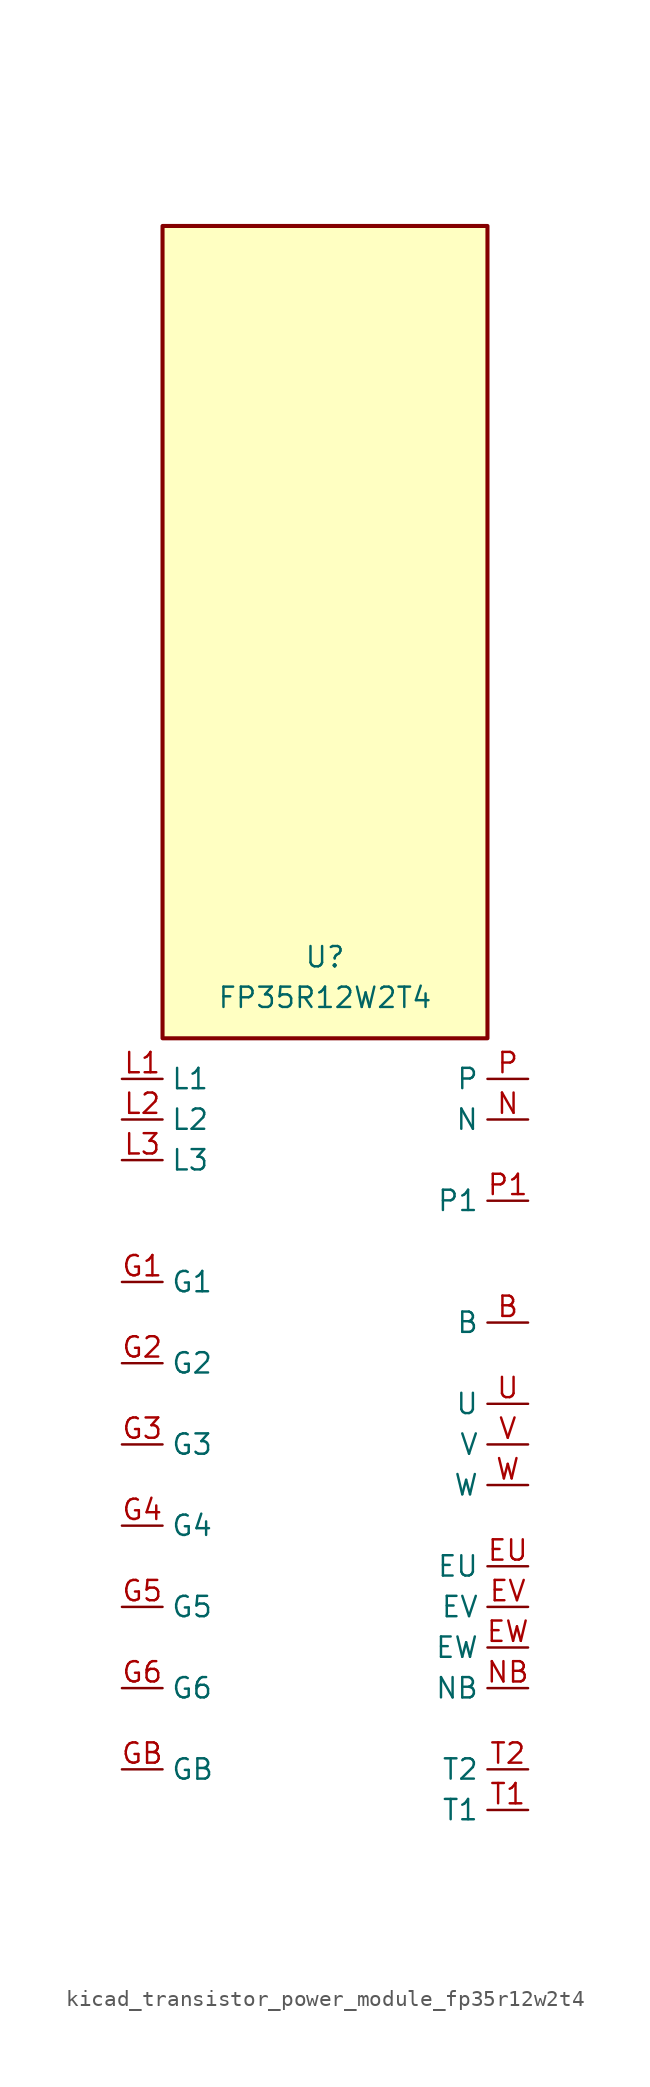
<source format=kicad_sym>
(kicad_symbol_lib
  (version 20220914)
  (generator kicad_symbol_editor)
  (symbol "kicad_transistor_power_module_fp35r12w2t4"
    (property "Reference" "U"
      (at 0 30.48 0)
      (effects (font (size 1.27 1.27))))
    (property "Value" "FP35R12W2T4"
      (at 0 27.94 0)
      (effects (font (size 1.27 1.27))))
    (symbol "kicad_transistor_power_module_fp35r12w2t4_1_1"
      (rectangle (start 10.16 76.2) (end -10.16 25.4) (stroke (width 0.254) (type default)) (fill (type background)))
      (pin passive line (at 12.7 7.62 180) (length 2.54) (name "B" (effects (font (size 1.27 1.27)))) (number "B" (effects (font (size 1.27 1.27)))))
      (pin passive line (at 12.7 -7.62 180) (length 2.54) (name "EU" (effects (font (size 1.27 1.27)))) (number "EU" (effects (font (size 1.27 1.27)))))
      (pin passive line (at 12.7 -10.16 180) (length 2.54) (name "EV" (effects (font (size 1.27 1.27)))) (number "EV" (effects (font (size 1.27 1.27)))))
      (pin passive line (at 12.7 -12.7 180) (length 2.54) (name "EW" (effects (font (size 1.27 1.27)))) (number "EW" (effects (font (size 1.27 1.27)))))
      (pin passive line (at -12.7 10.16 0) (length 2.54) (name "G1" (effects (font (size 1.27 1.27)))) (number "G1" (effects (font (size 1.27 1.27)))))
      (pin passive line (at -12.7 5.08 0) (length 2.54) (name "G2" (effects (font (size 1.27 1.27)))) (number "G2" (effects (font (size 1.27 1.27)))))
      (pin passive line (at -12.7 0 0) (length 2.54) (name "G3" (effects (font (size 1.27 1.27)))) (number "G3" (effects (font (size 1.27 1.27)))))
      (pin passive line (at -12.7 -5.08 0) (length 2.54) (name "G4" (effects (font (size 1.27 1.27)))) (number "G4" (effects (font (size 1.27 1.27)))))
      (pin passive line (at -12.7 -10.16 0) (length 2.54) (name "G5" (effects (font (size 1.27 1.27)))) (number "G5" (effects (font (size 1.27 1.27)))))
      (pin passive line (at -12.7 -15.24 0) (length 2.54) (name "G6" (effects (font (size 1.27 1.27)))) (number "G6" (effects (font (size 1.27 1.27)))))
      (pin passive line (at -12.7 -20.32 0) (length 2.54) (name "GB" (effects (font (size 1.27 1.27)))) (number "GB" (effects (font (size 1.27 1.27)))))
      (pin passive line (at -12.7 22.86 0) (length 2.54) (name "L1" (effects (font (size 1.27 1.27)))) (number "L1" (effects (font (size 1.27 1.27)))))
      (pin passive line (at -12.7 20.32 0) (length 2.54) (name "L2" (effects (font (size 1.27 1.27)))) (number "L2" (effects (font (size 1.27 1.27)))))
      (pin passive line (at -12.7 17.78 0) (length 2.54) (name "L3" (effects (font (size 1.27 1.27)))) (number "L3" (effects (font (size 1.27 1.27)))))
      (pin passive line (at 12.7 20.32 180) (length 2.54) (name "N" (effects (font (size 1.27 1.27)))) (number "N" (effects (font (size 1.27 1.27)))))
      (pin passive line (at 12.7 -15.24 180) (length 2.54) (name "NB" (effects (font (size 1.27 1.27)))) (number "NB" (effects (font (size 1.27 1.27)))))
      (pin passive line (at 12.7 22.86 180) (length 2.54) (name "P" (effects (font (size 1.27 1.27)))) (number "P" (effects (font (size 1.27 1.27)))))
      (pin passive line (at 12.7 15.24 180) (length 2.54) (name "P1" (effects (font (size 1.27 1.27)))) (number "P1" (effects (font (size 1.27 1.27)))))
      (pin passive line (at 12.7 -22.86 180) (length 2.54) (name "T1" (effects (font (size 1.27 1.27)))) (number "T1" (effects (font (size 1.27 1.27)))))
      (pin passive line (at 12.7 -20.32 180) (length 2.54) (name "T2" (effects (font (size 1.27 1.27)))) (number "T2" (effects (font (size 1.27 1.27)))))
      (pin passive line (at 12.7 2.54 180) (length 2.54) (name "U" (effects (font (size 1.27 1.27)))) (number "U" (effects (font (size 1.27 1.27)))))
      (pin passive line (at 12.7 0 180) (length 2.54) (name "V" (effects (font (size 1.27 1.27)))) (number "V" (effects (font (size 1.27 1.27)))))
      (pin passive line (at 12.7 -2.54 180) (length 2.54) (name "W" (effects (font (size 1.27 1.27)))) (number "W" (effects (font (size 1.27 1.27))))))))
</source>
